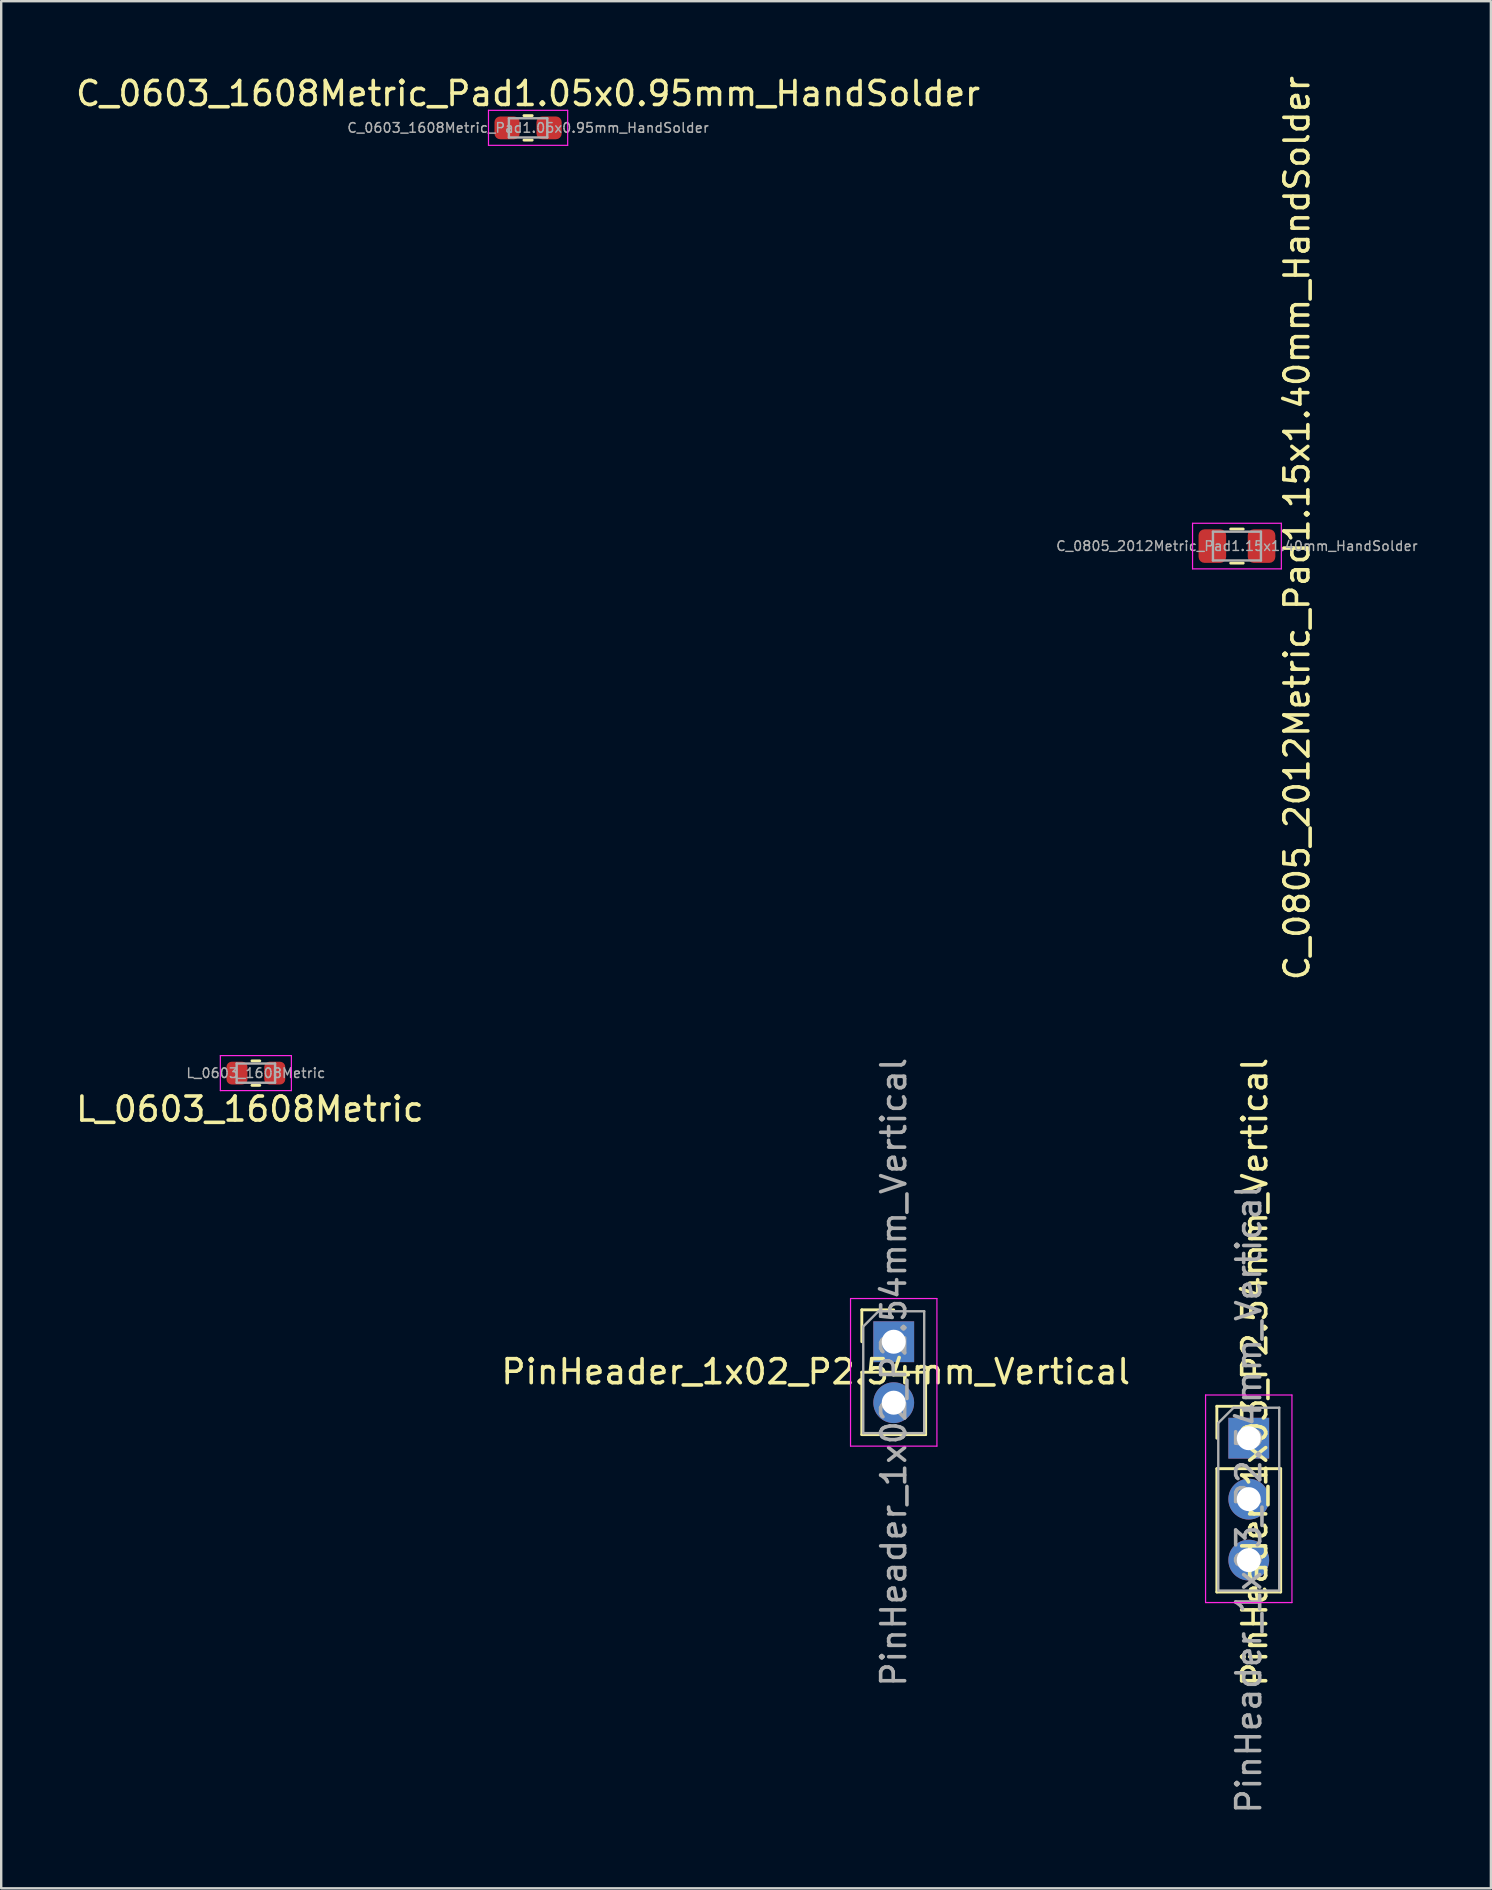
<source format=kicad_pcb>
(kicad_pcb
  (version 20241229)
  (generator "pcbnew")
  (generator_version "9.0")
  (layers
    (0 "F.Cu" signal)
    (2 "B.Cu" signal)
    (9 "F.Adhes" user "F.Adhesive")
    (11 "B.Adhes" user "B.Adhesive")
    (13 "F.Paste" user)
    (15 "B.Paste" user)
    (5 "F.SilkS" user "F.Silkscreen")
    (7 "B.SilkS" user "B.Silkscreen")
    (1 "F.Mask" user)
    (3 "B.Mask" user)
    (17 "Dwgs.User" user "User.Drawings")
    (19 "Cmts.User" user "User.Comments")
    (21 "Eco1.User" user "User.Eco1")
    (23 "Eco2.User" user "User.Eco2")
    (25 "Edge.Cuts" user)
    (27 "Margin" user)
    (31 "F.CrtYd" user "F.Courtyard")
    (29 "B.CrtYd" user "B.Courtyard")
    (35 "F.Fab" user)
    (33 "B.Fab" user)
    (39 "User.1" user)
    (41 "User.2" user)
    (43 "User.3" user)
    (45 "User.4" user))
  (footprint "C_0603_1608Metric_Pad1.05x0.95mm_HandSolder"
    (layer "F.Cu")
    (at 18.958 2.278)
    (property "Reference" "C_0603_1608Metric_Pad1.05x0.95mm_HandSolder" (at 0 -1.43 0) (layer "F.SilkS") (effects (font (size 1 1) (thickness 0.15))))
    (attr smd)
    (fp_line (start -0.171 -0.51) (end 0.171 -0.51) (stroke (width 0.12) (type solid)) (layer "F.SilkS"))
    (fp_line (start -0.171 0.51) (end 0.171 0.51) (stroke (width 0.12) (type solid)) (layer "F.SilkS"))
    (fp_line (start -1.65 -0.73) (end 1.65 -0.73) (stroke (width 0.05) (type solid)) (layer "F.CrtYd"))
    (fp_line (start -1.65 0.73) (end -1.65 -0.73) (stroke (width 0.05) (type solid)) (layer "F.CrtYd"))
    (fp_line (start 1.65 -0.73) (end 1.65 0.73) (stroke (width 0.05) (type solid)) (layer "F.CrtYd"))
    (fp_line (start 1.65 0.73) (end -1.65 0.73) (stroke (width 0.05) (type solid)) (layer "F.CrtYd"))
    (fp_line (start -0.8 -0.4) (end 0.8 -0.4) (stroke (width 0.1) (type solid)) (layer "F.Fab"))
    (fp_line (start -0.8 0.4) (end -0.8 -0.4) (stroke (width 0.1) (type solid)) (layer "F.Fab"))
    (fp_line (start 0.8 -0.4) (end 0.8 0.4) (stroke (width 0.1) (type solid)) (layer "F.Fab"))
    (fp_line (start 0.8 0.4) (end -0.8 0.4) (stroke (width 0.1) (type solid)) (layer "F.Fab"))
    (fp_text user "${REFERENCE}" (at 0 0 0) (layer "F.Fab") (effects (font (size 0.4 0.4) (thickness 0.06))))
    (pad "1" smd roundrect (at -0.875 0) (size 1.05 0.95) (layers "F.Cu" "F.Mask" "F.Paste") (roundrect_rratio 0.25))
    (pad "2" smd roundrect (at 0.875 0) (size 1.05 0.95) (layers "F.Cu" "F.Mask" "F.Paste") (roundrect_rratio 0.25)))
  (footprint "PinHeader_1x02_P2.54mm_Vertical"
    (layer "F.Cu")
    (at 34.196 52.867)
    (property "Reference" "PinHeader_1x02_P2.54mm_Vertical" (at -3.25 1.25 0) (layer "F.SilkS") (effects (font (size 1 1) (thickness 0.15))))
    (attr through_hole)
    (fp_line (start -1.33 -1.33) (end 0 -1.33) (stroke (width 0.12) (type solid)) (layer "F.SilkS"))
    (fp_line (start -1.33 0) (end -1.33 -1.33) (stroke (width 0.12) (type solid)) (layer "F.SilkS"))
    (fp_line (start -1.33 1.27) (end -1.33 3.87) (stroke (width 0.12) (type solid)) (layer "F.SilkS"))
    (fp_line (start -1.33 1.27) (end 1.33 1.27) (stroke (width 0.12) (type solid)) (layer "F.SilkS"))
    (fp_line (start -1.33 3.87) (end 1.33 3.87) (stroke (width 0.12) (type solid)) (layer "F.SilkS"))
    (fp_line (start 1.33 1.27) (end 1.33 3.87) (stroke (width 0.12) (type solid)) (layer "F.SilkS"))
    (fp_line (start -1.8 -1.8) (end -1.8 4.35) (stroke (width 0.05) (type solid)) (layer "F.CrtYd"))
    (fp_line (start -1.8 4.35) (end 1.8 4.35) (stroke (width 0.05) (type solid)) (layer "F.CrtYd"))
    (fp_line (start 1.8 -1.8) (end -1.8 -1.8) (stroke (width 0.05) (type solid)) (layer "F.CrtYd"))
    (fp_line (start 1.8 4.35) (end 1.8 -1.8) (stroke (width 0.05) (type solid)) (layer "F.CrtYd"))
    (fp_line (start -1.27 -0.635) (end -0.635 -1.27) (stroke (width 0.1) (type solid)) (layer "F.Fab"))
    (fp_line (start -1.27 3.81) (end -1.27 -0.635) (stroke (width 0.1) (type solid)) (layer "F.Fab"))
    (fp_line (start -0.635 -1.27) (end 1.27 -1.27) (stroke (width 0.1) (type solid)) (layer "F.Fab"))
    (fp_line (start 1.27 -1.27) (end 1.27 3.81) (stroke (width 0.1) (type solid)) (layer "F.Fab"))
    (fp_line (start 1.27 3.81) (end -1.27 3.81) (stroke (width 0.1) (type solid)) (layer "F.Fab"))
    (fp_text user "${REFERENCE}" (at 0 1.27 90) (layer "F.Fab") (effects (font (size 1 1) (thickness 0.15))))
    (pad "1" thru_hole rect (at 0 0) (size 1.7 1.7) (drill 1) (layers "*.Cu" "*.Mask"))
    (pad "2" thru_hole oval (at 0 2.54) (size 1.7 1.7) (drill 1) (layers "*.Cu" "*.Mask")))
  (footprint "L_0603_1608Metric"
    (layer "F.Cu")
    (at 7.613 41.672)
    (property "Reference" "L_0603_1608Metric" (at -0.25 1.5 0) (layer "F.SilkS") (effects (font (size 1 1) (thickness 0.15))))
    (attr smd)
    (fp_line (start -0.163 -0.51) (end 0.163 -0.51) (stroke (width 0.12) (type solid)) (layer "F.SilkS"))
    (fp_line (start -0.163 0.51) (end 0.163 0.51) (stroke (width 0.12) (type solid)) (layer "F.SilkS"))
    (fp_line (start -1.48 -0.73) (end 1.48 -0.73) (stroke (width 0.05) (type solid)) (layer "F.CrtYd"))
    (fp_line (start -1.48 0.73) (end -1.48 -0.73) (stroke (width 0.05) (type solid)) (layer "F.CrtYd"))
    (fp_line (start 1.48 -0.73) (end 1.48 0.73) (stroke (width 0.05) (type solid)) (layer "F.CrtYd"))
    (fp_line (start 1.48 0.73) (end -1.48 0.73) (stroke (width 0.05) (type solid)) (layer "F.CrtYd"))
    (fp_line (start -0.8 -0.4) (end 0.8 -0.4) (stroke (width 0.1) (type solid)) (layer "F.Fab"))
    (fp_line (start -0.8 0.4) (end -0.8 -0.4) (stroke (width 0.1) (type solid)) (layer "F.Fab"))
    (fp_line (start 0.8 -0.4) (end 0.8 0.4) (stroke (width 0.1) (type solid)) (layer "F.Fab"))
    (fp_line (start 0.8 0.4) (end -0.8 0.4) (stroke (width 0.1) (type solid)) (layer "F.Fab"))
    (fp_text user "${REFERENCE}" (at 0 0 180) (layer "F.Fab") (effects (font (size 0.4 0.4) (thickness 0.06))))
    (pad "1" smd roundrect (at -0.787 0) (size 0.875 0.95) (layers "F.Cu" "F.Mask" "F.Paste") (roundrect_rratio 0.25))
    (pad "2" smd roundrect (at 0.787 0) (size 0.875 0.95) (layers "F.Cu" "F.Mask" "F.Paste") (roundrect_rratio 0.25)))
  (footprint "C_0805_2012Metric_Pad1.15x1.40mm_HandSolder"
    (layer "F.Cu")
    (at 48.5 19.708)
    (property "Reference" "C_0805_2012Metric_Pad1.15x1.40mm_HandSolder" (at 2.5 -0.75 90) (layer "F.SilkS") (effects (font (size 1 1) (thickness 0.15))))
    (attr smd)
    (fp_line (start -0.261 -0.71) (end 0.261 -0.71) (stroke (width 0.12) (type solid)) (layer "F.SilkS"))
    (fp_line (start -0.261 0.71) (end 0.261 0.71) (stroke (width 0.12) (type solid)) (layer "F.SilkS"))
    (fp_line (start -1.85 -0.95) (end 1.85 -0.95) (stroke (width 0.05) (type solid)) (layer "F.CrtYd"))
    (fp_line (start -1.85 0.95) (end -1.85 -0.95) (stroke (width 0.05) (type solid)) (layer "F.CrtYd"))
    (fp_line (start 1.85 -0.95) (end 1.85 0.95) (stroke (width 0.05) (type solid)) (layer "F.CrtYd"))
    (fp_line (start 1.85 0.95) (end -1.85 0.95) (stroke (width 0.05) (type solid)) (layer "F.CrtYd"))
    (fp_line (start -1 -0.6) (end 1 -0.6) (stroke (width 0.1) (type solid)) (layer "F.Fab"))
    (fp_line (start -1 0.6) (end -1 -0.6) (stroke (width 0.1) (type solid)) (layer "F.Fab"))
    (fp_line (start 1 -0.6) (end 1 0.6) (stroke (width 0.1) (type solid)) (layer "F.Fab"))
    (fp_line (start 1 0.6) (end -1 0.6) (stroke (width 0.1) (type solid)) (layer "F.Fab"))
    (fp_text user "${REFERENCE}" (at 0 0 0) (layer "F.Fab") (effects (font (size 0.4 0.4) (thickness 0.06))))
    (pad "1" smd roundrect (at -1.025 0) (size 1.15 1.4) (layers "F.Cu" "F.Mask" "F.Paste") (roundrect_rratio 0.217))
    (pad "2" smd roundrect (at 1.025 0) (size 1.15 1.4) (layers "F.Cu" "F.Mask" "F.Paste") (roundrect_rratio 0.217)))
  (footprint "PinHeader_1x03_P2.54mm_Vertical"
    (layer "F.Cu")
    (at 48.992 56.887)
    (property "Reference" "PinHeader_1x03_P2.54mm_Vertical" (at 0.25 -2.75 90) (layer "F.SilkS") (effects (font (size 1 1) (thickness 0.15))))
    (attr through_hole)
    (fp_line (start -1.33 -1.33) (end 0 -1.33) (stroke (width 0.12) (type solid)) (layer "F.SilkS"))
    (fp_line (start -1.33 0) (end -1.33 -1.33) (stroke (width 0.12) (type solid)) (layer "F.SilkS"))
    (fp_line (start -1.33 1.27) (end -1.33 6.41) (stroke (width 0.12) (type solid)) (layer "F.SilkS"))
    (fp_line (start -1.33 1.27) (end 1.33 1.27) (stroke (width 0.12) (type solid)) (layer "F.SilkS"))
    (fp_line (start -1.33 6.41) (end 1.33 6.41) (stroke (width 0.12) (type solid)) (layer "F.SilkS"))
    (fp_line (start 1.33 1.27) (end 1.33 6.41) (stroke (width 0.12) (type solid)) (layer "F.SilkS"))
    (fp_line (start -1.8 -1.8) (end -1.8 6.85) (stroke (width 0.05) (type solid)) (layer "F.CrtYd"))
    (fp_line (start -1.8 6.85) (end 1.8 6.85) (stroke (width 0.05) (type solid)) (layer "F.CrtYd"))
    (fp_line (start 1.8 -1.8) (end -1.8 -1.8) (stroke (width 0.05) (type solid)) (layer "F.CrtYd"))
    (fp_line (start 1.8 6.85) (end 1.8 -1.8) (stroke (width 0.05) (type solid)) (layer "F.CrtYd"))
    (fp_line (start -1.27 -0.635) (end -0.635 -1.27) (stroke (width 0.1) (type solid)) (layer "F.Fab"))
    (fp_line (start -1.27 6.35) (end -1.27 -0.635) (stroke (width 0.1) (type solid)) (layer "F.Fab"))
    (fp_line (start -0.635 -1.27) (end 1.27 -1.27) (stroke (width 0.1) (type solid)) (layer "F.Fab"))
    (fp_line (start 1.27 -1.27) (end 1.27 6.35) (stroke (width 0.1) (type solid)) (layer "F.Fab"))
    (fp_line (start 1.27 6.35) (end -1.27 6.35) (stroke (width 0.1) (type solid)) (layer "F.Fab"))
    (fp_text user "${REFERENCE}" (at 0 2.54 90) (layer "F.Fab") (effects (font (size 1 1) (thickness 0.15))))
    (pad "1" thru_hole rect (at 0 0) (size 1.7 1.7) (drill 1) (layers "*.Cu" "*.Mask"))
    (pad "2" thru_hole oval (at 0 2.54) (size 1.7 1.7) (drill 1) (layers "*.Cu" "*.Mask"))
    (pad "3" thru_hole oval (at 0 5.08) (size 1.7 1.7) (drill 1) (layers "*.Cu" "*.Mask")))
  (gr_rect
    (start -3 -3)
    (end 59.083 75.647)
    (stroke (width 0.1) (type default))
    (fill no)
    (layer "Edge.Cuts")))
</source>
